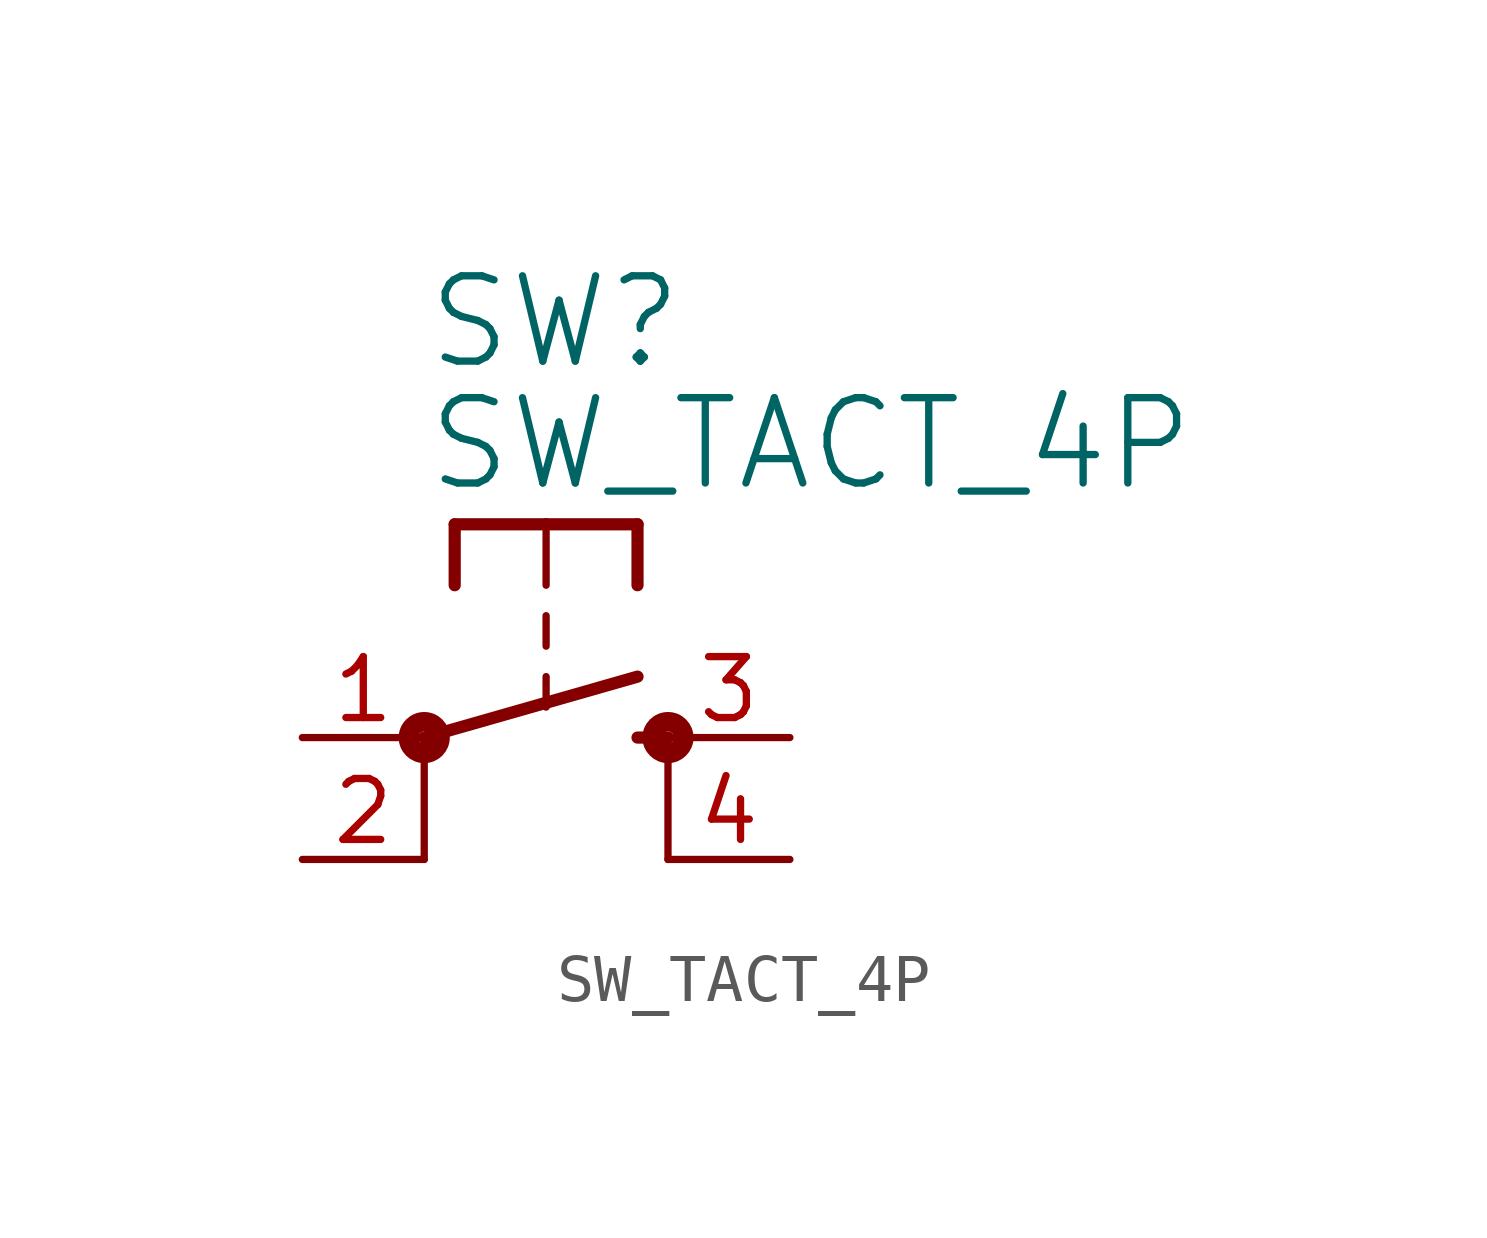
<source format=kicad_sym>
(kicad_symbol_lib
  (version 20211014)
  (generator kicad_symbol_editor)
  (symbol "SW_TACT_4P"
    (property "Reference" "SW"
      (at -2.54 7.62 0)
      (effects (font (size 1.778 1.778)) (justify left bottom)))
    (property "Value" "SW_TACT_4P"
      (at -2.54 5.08 0)
      (effects (font (size 1.778 1.778)) (justify left bottom)))
    (property "ki_locked" ""
      (at 0 0 0)
      (effects (font (size 1.27 1.27))))
    (symbol "SW_TACT_4P_1_0"
      (circle (center -2.54 0) (radius 0.127) (stroke (width 0.406) (type default) (color 0 0 0 0)) (fill (type none)))
      (polyline (pts (xy -2.54 -2.54) (xy -2.54 0)) (stroke (width 0.152) (type default) (color 0 0 0 0)) (fill (type none)))
      (polyline (pts (xy -2.54 0) (xy 1.905 1.27)) (stroke (width 0.254) (type default) (color 0 0 0 0)) (fill (type none)))
      (polyline (pts (xy -1.905 4.445) (xy -1.905 3.175)) (stroke (width 0.254) (type default) (color 0 0 0 0)) (fill (type none)))
      (polyline (pts (xy 0 1.27) (xy 0 0.635)) (stroke (width 0.152) (type default) (color 0 0 0 0)) (fill (type none)))
      (polyline (pts (xy 0 2.54) (xy 0 1.905)) (stroke (width 0.152) (type default) (color 0 0 0 0)) (fill (type none)))
      (polyline (pts (xy 0 4.445) (xy -1.905 4.445)) (stroke (width 0.254) (type default) (color 0 0 0 0)) (fill (type none)))
      (polyline (pts (xy 0 4.445) (xy 0 3.175)) (stroke (width 0.152) (type default) (color 0 0 0 0)) (fill (type none)))
      (polyline (pts (xy 1.905 0) (xy 2.54 0)) (stroke (width 0.254) (type default) (color 0 0 0 0)) (fill (type none)))
      (polyline (pts (xy 1.905 4.445) (xy 0 4.445)) (stroke (width 0.254) (type default) (color 0 0 0 0)) (fill (type none)))
      (polyline (pts (xy 1.905 4.445) (xy 1.905 3.175)) (stroke (width 0.254) (type default) (color 0 0 0 0)) (fill (type none)))
      (polyline (pts (xy 2.54 -2.54) (xy 2.54 0)) (stroke (width 0.152) (type default) (color 0 0 0 0)) (fill (type none)))
      (circle (center 2.54 0) (radius 0.127) (stroke (width 0.406) (type default) (color 0 0 0 0)) (fill (type none)))
      (pin passive line (at -5.08 0 0) (length 2.54) (name "1" (effects (font (size 0 0)))) (number "1" (effects (font (size 1.27 1.27)))))
      (pin passive line (at -5.08 -2.54 0) (length 2.54) (name "2" (effects (font (size 0 0)))) (number "2" (effects (font (size 1.27 1.27)))))
      (pin passive line (at 5.08 0 180) (length 2.54) (name "3" (effects (font (size 0 0)))) (number "3" (effects (font (size 1.27 1.27)))))
      (pin passive line (at 5.08 -2.54 180) (length 2.54) (name "4" (effects (font (size 0 0)))) (number "4" (effects (font (size 1.27 1.27))))))))
</source>
